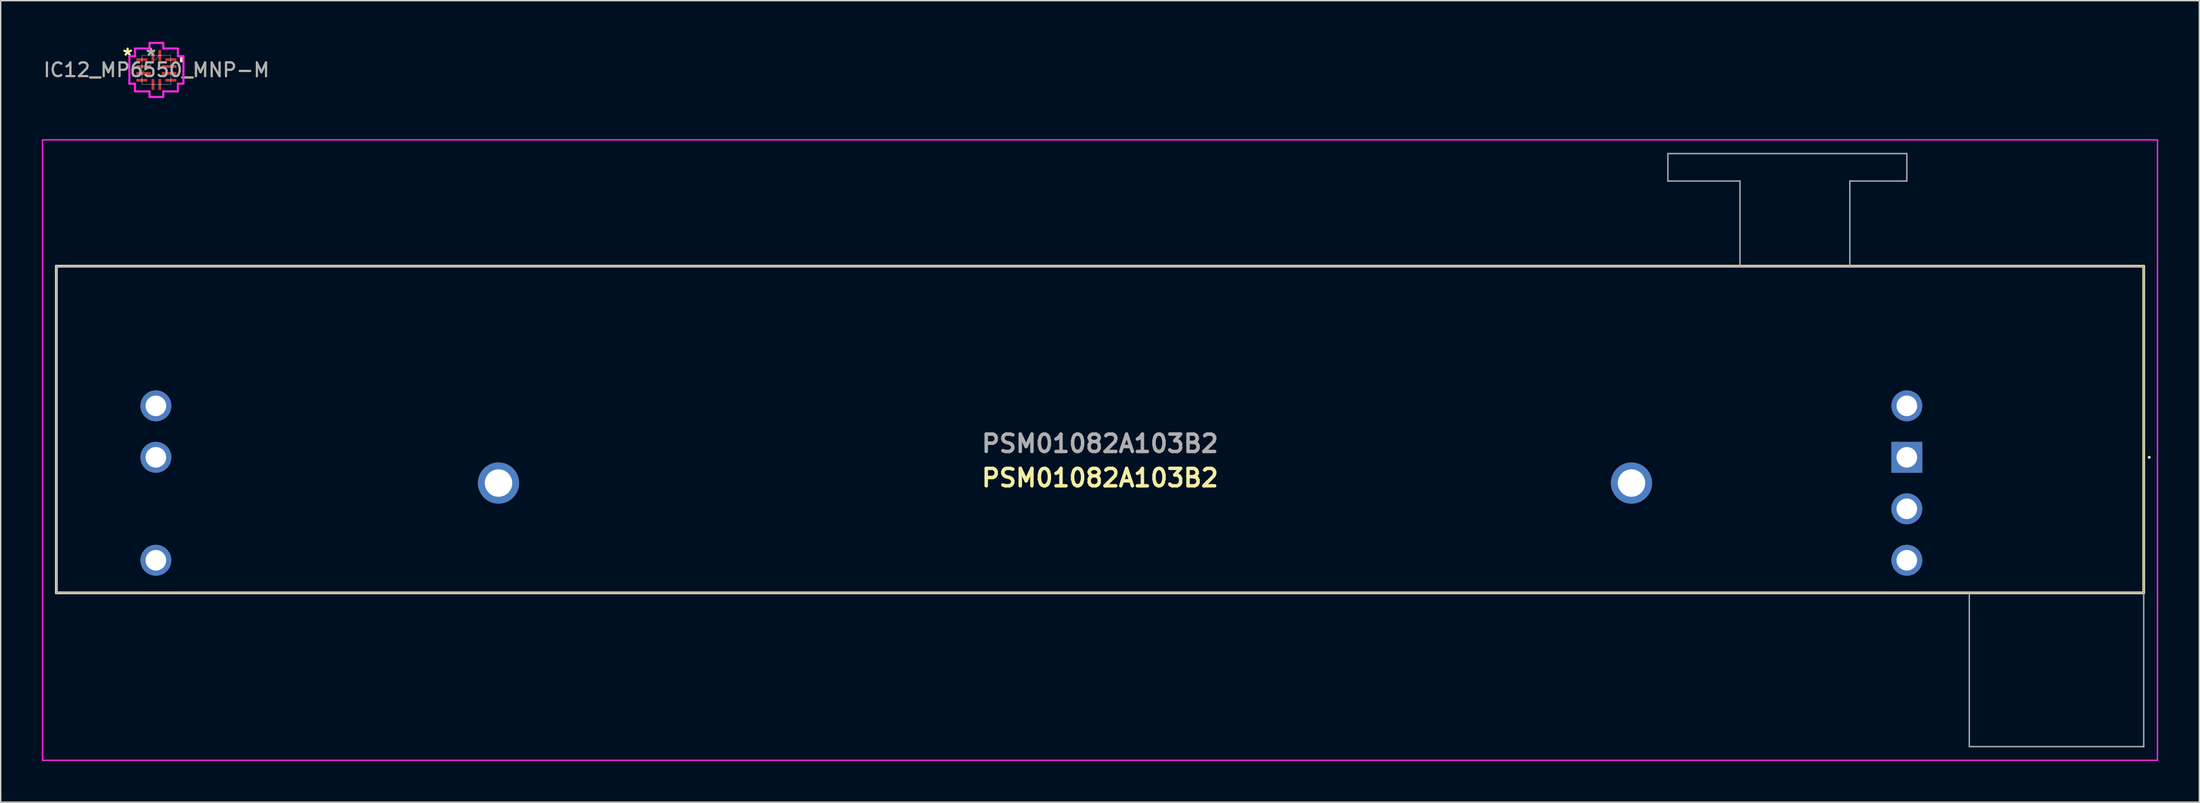
<source format=kicad_pcb>
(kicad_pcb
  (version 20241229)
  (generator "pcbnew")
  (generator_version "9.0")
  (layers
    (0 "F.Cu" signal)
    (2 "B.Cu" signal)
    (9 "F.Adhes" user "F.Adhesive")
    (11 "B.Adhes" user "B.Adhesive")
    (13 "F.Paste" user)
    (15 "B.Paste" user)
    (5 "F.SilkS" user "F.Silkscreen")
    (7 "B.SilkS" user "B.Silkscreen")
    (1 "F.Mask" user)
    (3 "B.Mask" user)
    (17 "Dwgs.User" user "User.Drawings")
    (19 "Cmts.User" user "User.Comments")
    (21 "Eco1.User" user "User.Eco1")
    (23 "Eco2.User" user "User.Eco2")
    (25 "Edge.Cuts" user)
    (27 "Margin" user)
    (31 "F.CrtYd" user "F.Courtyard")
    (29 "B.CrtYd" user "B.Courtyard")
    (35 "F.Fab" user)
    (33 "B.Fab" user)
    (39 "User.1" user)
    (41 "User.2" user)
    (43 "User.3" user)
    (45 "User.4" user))
  (footprint "PSM01082A103B2"
    (layer "F.Cu")
    (at 135.8 30.264)
    (property "Reference" "PSM01082A103B2" (at -58.75 1.5 0) (layer "F.SilkS") (effects (font (size 1.27 1.27) (thickness 0.254))))
    (attr through_hole)
    (fp_line (start -134.75 -13.925) (end 17.25 -13.925) (stroke (width 0.2) (type solid)) (layer "F.SilkS"))
    (fp_line (start -134.75 9.875) (end -134.75 -13.925) (stroke (width 0.2) (type solid)) (layer "F.SilkS"))
    (fp_line (start 17.25 -13.925) (end 17.25 9.875) (stroke (width 0.2) (type solid)) (layer "F.SilkS"))
    (fp_line (start 17.25 9.875) (end -134.75 9.875) (stroke (width 0.2) (type solid)) (layer "F.SilkS"))
    (fp_line (start 17.6 0) (end 17.6 0) (stroke (width 0.1) (type solid)) (layer "F.SilkS"))
    (fp_line (start 17.7 0) (end 17.7 0) (stroke (width 0.1) (type solid)) (layer "F.SilkS"))
    (fp_arc (start 17.6 0) (mid 17.65 -0.05) (end 17.7 0) (stroke (width 0.1) (type solid)) (layer "F.SilkS"))
    (fp_arc (start 17.7 0) (mid 17.65 0.05) (end 17.6 0) (stroke (width 0.1) (type solid)) (layer "F.SilkS"))
    (fp_line (start -135.75 -23.125) (end 18.25 -23.125) (stroke (width 0.1) (type solid)) (layer "F.CrtYd"))
    (fp_line (start -135.75 22.075) (end -135.75 -23.125) (stroke (width 0.1) (type solid)) (layer "F.CrtYd"))
    (fp_line (start 18.25 -23.125) (end 18.25 22.075) (stroke (width 0.1) (type solid)) (layer "F.CrtYd"))
    (fp_line (start 18.25 22.075) (end -135.75 22.075) (stroke (width 0.1) (type solid)) (layer "F.CrtYd"))
    (fp_line (start -134.75 -13.925) (end 17.25 -13.925) (stroke (width 0.1) (type solid)) (layer "F.Fab"))
    (fp_line (start -134.75 9.875) (end -134.75 -13.925) (stroke (width 0.1) (type solid)) (layer "F.Fab"))
    (fp_line (start -17.4 -22.125) (end 0 -22.125) (stroke (width 0.1) (type solid)) (layer "F.Fab"))
    (fp_line (start -17.4 -20.125) (end -17.4 -22.125) (stroke (width 0.1) (type solid)) (layer "F.Fab"))
    (fp_line (start -12.15 -20.125) (end -17.4 -20.125) (stroke (width 0.1) (type solid)) (layer "F.Fab"))
    (fp_line (start -12.15 -13.925) (end -12.15 -20.125) (stroke (width 0.1) (type solid)) (layer "F.Fab"))
    (fp_line (start -4.15 -20.125) (end -4.15 -13.925) (stroke (width 0.1) (type solid)) (layer "F.Fab"))
    (fp_line (start 0 -22.125) (end 0 -20.125) (stroke (width 0.1) (type solid)) (layer "F.Fab"))
    (fp_line (start 0 -20.125) (end -4.15 -20.125) (stroke (width 0.1) (type solid)) (layer "F.Fab"))
    (fp_line (start 4.55 21.075) (end 4.55 9.875) (stroke (width 0.1) (type solid)) (layer "F.Fab"))
    (fp_line (start 17.25 -13.925) (end 17.25 9.875) (stroke (width 0.1) (type solid)) (layer "F.Fab"))
    (fp_line (start 17.25 9.875) (end -134.75 9.875) (stroke (width 0.1) (type solid)) (layer "F.Fab"))
    (fp_line (start 17.25 9.875) (end 17.25 21.075) (stroke (width 0.1) (type solid)) (layer "F.Fab"))
    (fp_line (start 17.25 21.075) (end 4.55 21.075) (stroke (width 0.1) (type solid)) (layer "F.Fab"))
    (fp_line (start 17.25 21.075) (end 17.25 21.075) (stroke (width 0.1) (type solid)) (layer "F.Fab"))
    (fp_text user "${REFERENCE}" (at -58.75 -1 0) (layer "F.Fab") (effects (font (size 1.27 1.27) (thickness 0.254))))
    (pad "A1" thru_hole rect (at 0 0) (size 2.25 2.25) (drill 1.5) (layers "*.Cu" "*.Mask"))
    (pad "A2" thru_hole circle (at 0 -3.75) (size 2.25 2.25) (drill 1.5) (layers "*.Cu" "*.Mask"))
    (pad "A3" thru_hole circle (at -127.5 -3.75) (size 2.25 2.25) (drill 1.5) (layers "*.Cu" "*.Mask"))
    (pad "B1" thru_hole circle (at 0 3.75) (size 2.25 2.25) (drill 1.5) (layers "*.Cu" "*.Mask"))
    (pad "B2" thru_hole circle (at 0 7.5) (size 2.25 2.25) (drill 1.5) (layers "*.Cu" "*.Mask"))
    (pad "B3" thru_hole circle (at -127.5 7.5) (size 2.25 2.25) (drill 1.5) (layers "*.Cu" "*.Mask"))
    (pad "MH1" thru_hole circle (at -20.05 1.875) (size 3 3) (drill 2) (layers "*.Cu" "*.Mask"))
    (pad "MH2" thru_hole circle (at -102.55 1.875) (size 3 3) (drill 2) (layers "*.Cu" "*.Mask"))
    (pad "T1" thru_hole circle (at -127.5 0) (size 2.25 2.25) (drill 1.5) (layers "*.Cu" "*.Mask")))
  (footprint "IC12_MP6550_MNP-M"
    (layer "F.Cu")
    (at 8.339 2.045)
    (property "Reference" "IC12_MP6550_MNP-M" (at 0 0 0) (unlocked yes) (layer "F.SilkS") (effects (font (size 1 1) (thickness 0.15))))
    (attr smd)
    (fp_poly (pts (xy 1.968 -0.941) (xy 1.968 -0.56) (xy 1.714 -0.56) (xy 1.714 -0.941)) (stroke (width 0) (type solid)) (fill yes) (layer "F.SilkS"))
    (fp_line (start -1.968 -1) (end -1.562 -1) (stroke (width 0.152) (type solid)) (layer "F.CrtYd"))
    (fp_line (start -1.968 1) (end -1.968 -1) (stroke (width 0.152) (type solid)) (layer "F.CrtYd"))
    (fp_line (start -1.562 -1.562) (end -0.5 -1.562) (stroke (width 0.152) (type solid)) (layer "F.CrtYd"))
    (fp_line (start -1.562 -1) (end -1.562 -1.562) (stroke (width 0.152) (type solid)) (layer "F.CrtYd"))
    (fp_line (start -1.562 1) (end -1.968 1) (stroke (width 0.152) (type solid)) (layer "F.CrtYd"))
    (fp_line (start -1.562 1.562) (end -1.562 1) (stroke (width 0.152) (type solid)) (layer "F.CrtYd"))
    (fp_line (start -0.5 -1.968) (end 0.5 -1.968) (stroke (width 0.152) (type solid)) (layer "F.CrtYd"))
    (fp_line (start -0.5 -1.562) (end -0.5 -1.968) (stroke (width 0.152) (type solid)) (layer "F.CrtYd"))
    (fp_line (start -0.5 1.562) (end -1.562 1.562) (stroke (width 0.152) (type solid)) (layer "F.CrtYd"))
    (fp_line (start -0.5 1.968) (end -0.5 1.562) (stroke (width 0.152) (type solid)) (layer "F.CrtYd"))
    (fp_line (start 0.5 -1.968) (end 0.5 -1.562) (stroke (width 0.152) (type solid)) (layer "F.CrtYd"))
    (fp_line (start 0.5 -1.562) (end 1.562 -1.562) (stroke (width 0.152) (type solid)) (layer "F.CrtYd"))
    (fp_line (start 0.5 1.562) (end 0.5 1.968) (stroke (width 0.152) (type solid)) (layer "F.CrtYd"))
    (fp_line (start 0.5 1.968) (end -0.5 1.968) (stroke (width 0.152) (type solid)) (layer "F.CrtYd"))
    (fp_line (start 1.562 -1.562) (end 1.562 -1) (stroke (width 0.152) (type solid)) (layer "F.CrtYd"))
    (fp_line (start 1.562 -1) (end 1.968 -1) (stroke (width 0.152) (type solid)) (layer "F.CrtYd"))
    (fp_line (start 1.562 1) (end 1.562 1.562) (stroke (width 0.152) (type solid)) (layer "F.CrtYd"))
    (fp_line (start 1.562 1.562) (end 0.5 1.562) (stroke (width 0.152) (type solid)) (layer "F.CrtYd"))
    (fp_line (start 1.968 -1) (end 1.968 1) (stroke (width 0.152) (type solid)) (layer "F.CrtYd"))
    (fp_line (start 1.968 1) (end 1.562 1) (stroke (width 0.152) (type solid)) (layer "F.CrtYd"))
    (fp_line (start -1.054 -1.054) (end -1.054 -1.054) (stroke (width 0.025) (type solid)) (layer "F.Fab"))
    (fp_line (start -1.054 -1.054) (end -1.054 1.054) (stroke (width 0.025) (type solid)) (layer "F.Fab"))
    (fp_line (start -1.054 -0.877) (end -1.054 -0.877) (stroke (width 0.025) (type solid)) (layer "F.Fab"))
    (fp_line (start -1.054 -0.877) (end -1.054 -0.623) (stroke (width 0.025) (type solid)) (layer "F.Fab"))
    (fp_line (start -1.054 -0.623) (end -1.054 -0.877) (stroke (width 0.025) (type solid)) (layer "F.Fab"))
    (fp_line (start -1.054 -0.623) (end -1.054 -0.623) (stroke (width 0.025) (type solid)) (layer "F.Fab"))
    (fp_line (start -1.054 -0.377) (end -1.054 -0.377) (stroke (width 0.025) (type solid)) (layer "F.Fab"))
    (fp_line (start -1.054 -0.377) (end -1.054 -0.123) (stroke (width 0.025) (type solid)) (layer "F.Fab"))
    (fp_line (start -1.054 -0.123) (end -1.054 -0.377) (stroke (width 0.025) (type solid)) (layer "F.Fab"))
    (fp_line (start -1.054 -0.123) (end -1.054 -0.123) (stroke (width 0.025) (type solid)) (layer "F.Fab"))
    (fp_line (start -1.054 0.123) (end -1.054 0.123) (stroke (width 0.025) (type solid)) (layer "F.Fab"))
    (fp_line (start -1.054 0.123) (end -1.054 0.377) (stroke (width 0.025) (type solid)) (layer "F.Fab"))
    (fp_line (start -1.054 0.216) (end 0.216 -1.054) (stroke (width 0.025) (type solid)) (layer "F.Fab"))
    (fp_line (start -1.054 0.377) (end -1.054 0.123) (stroke (width 0.025) (type solid)) (layer "F.Fab"))
    (fp_line (start -1.054 0.377) (end -1.054 0.377) (stroke (width 0.025) (type solid)) (layer "F.Fab"))
    (fp_line (start -1.054 0.623) (end -1.054 0.623) (stroke (width 0.025) (type solid)) (layer "F.Fab"))
    (fp_line (start -1.054 0.623) (end -1.054 0.877) (stroke (width 0.025) (type solid)) (layer "F.Fab"))
    (fp_line (start -1.054 0.877) (end -1.054 0.623) (stroke (width 0.025) (type solid)) (layer "F.Fab"))
    (fp_line (start -1.054 0.877) (end -1.054 0.877) (stroke (width 0.025) (type solid)) (layer "F.Fab"))
    (fp_line (start -1.054 1.054) (end -1.054 1.054) (stroke (width 0.025) (type solid)) (layer "F.Fab"))
    (fp_line (start -1.054 1.054) (end 1.054 1.054) (stroke (width 0.025) (type solid)) (layer "F.Fab"))
    (fp_line (start -0.377 -1.054) (end -0.377 -1.054) (stroke (width 0.025) (type solid)) (layer "F.Fab"))
    (fp_line (start -0.377 -1.054) (end -0.123 -1.054) (stroke (width 0.025) (type solid)) (layer "F.Fab"))
    (fp_line (start -0.377 1.054) (end -0.377 1.054) (stroke (width 0.025) (type solid)) (layer "F.Fab"))
    (fp_line (start -0.377 1.054) (end -0.123 1.054) (stroke (width 0.025) (type solid)) (layer "F.Fab"))
    (fp_line (start -0.123 -1.054) (end -0.377 -1.054) (stroke (width 0.025) (type solid)) (layer "F.Fab"))
    (fp_line (start -0.123 -1.054) (end -0.123 -1.054) (stroke (width 0.025) (type solid)) (layer "F.Fab"))
    (fp_line (start -0.123 1.054) (end -0.377 1.054) (stroke (width 0.025) (type solid)) (layer "F.Fab"))
    (fp_line (start -0.123 1.054) (end -0.123 1.054) (stroke (width 0.025) (type solid)) (layer "F.Fab"))
    (fp_line (start 0.123 -1.054) (end 0.123 -1.054) (stroke (width 0.025) (type solid)) (layer "F.Fab"))
    (fp_line (start 0.123 -1.054) (end 0.377 -1.054) (stroke (width 0.025) (type solid)) (layer "F.Fab"))
    (fp_line (start 0.123 1.054) (end 0.123 1.054) (stroke (width 0.025) (type solid)) (layer "F.Fab"))
    (fp_line (start 0.123 1.054) (end 0.377 1.054) (stroke (width 0.025) (type solid)) (layer "F.Fab"))
    (fp_line (start 0.377 -1.054) (end 0.123 -1.054) (stroke (width 0.025) (type solid)) (layer "F.Fab"))
    (fp_line (start 0.377 -1.054) (end 0.377 -1.054) (stroke (width 0.025) (type solid)) (layer "F.Fab"))
    (fp_line (start 0.377 1.054) (end 0.123 1.054) (stroke (width 0.025) (type solid)) (layer "F.Fab"))
    (fp_line (start 0.377 1.054) (end 0.377 1.054) (stroke (width 0.025) (type solid)) (layer "F.Fab"))
    (fp_line (start 1.054 -1.054) (end -1.054 -1.054) (stroke (width 0.025) (type solid)) (layer "F.Fab"))
    (fp_line (start 1.054 -1.054) (end 1.054 -1.054) (stroke (width 0.025) (type solid)) (layer "F.Fab"))
    (fp_line (start 1.054 -0.877) (end 1.054 -0.877) (stroke (width 0.025) (type solid)) (layer "F.Fab"))
    (fp_line (start 1.054 -0.877) (end 1.054 -0.623) (stroke (width 0.025) (type solid)) (layer "F.Fab"))
    (fp_line (start 1.054 -0.623) (end 1.054 -0.877) (stroke (width 0.025) (type solid)) (layer "F.Fab"))
    (fp_line (start 1.054 -0.623) (end 1.054 -0.623) (stroke (width 0.025) (type solid)) (layer "F.Fab"))
    (fp_line (start 1.054 -0.377) (end 1.054 -0.377) (stroke (width 0.025) (type solid)) (layer "F.Fab"))
    (fp_line (start 1.054 -0.377) (end 1.054 -0.123) (stroke (width 0.025) (type solid)) (layer "F.Fab"))
    (fp_line (start 1.054 -0.123) (end 1.054 -0.377) (stroke (width 0.025) (type solid)) (layer "F.Fab"))
    (fp_line (start 1.054 -0.123) (end 1.054 -0.123) (stroke (width 0.025) (type solid)) (layer "F.Fab"))
    (fp_line (start 1.054 0.123) (end 1.054 0.123) (stroke (width 0.025) (type solid)) (layer "F.Fab"))
    (fp_line (start 1.054 0.123) (end 1.054 0.377) (stroke (width 0.025) (type solid)) (layer "F.Fab"))
    (fp_line (start 1.054 0.377) (end 1.054 0.123) (stroke (width 0.025) (type solid)) (layer "F.Fab"))
    (fp_line (start 1.054 0.377) (end 1.054 0.377) (stroke (width 0.025) (type solid)) (layer "F.Fab"))
    (fp_line (start 1.054 0.623) (end 1.054 0.623) (stroke (width 0.025) (type solid)) (layer "F.Fab"))
    (fp_line (start 1.054 0.623) (end 1.054 0.877) (stroke (width 0.025) (type solid)) (layer "F.Fab"))
    (fp_line (start 1.054 0.877) (end 1.054 0.623) (stroke (width 0.025) (type solid)) (layer "F.Fab"))
    (fp_line (start 1.054 0.877) (end 1.054 0.877) (stroke (width 0.025) (type solid)) (layer "F.Fab"))
    (fp_line (start 1.054 1.054) (end 1.054 -1.054) (stroke (width 0.025) (type solid)) (layer "F.Fab"))
    (fp_line (start 1.054 1.054) (end 1.054 1.054) (stroke (width 0.025) (type solid)) (layer "F.Fab"))
    (fp_text user "*" (at -2.095 -1 0) (unlocked yes) (layer "F.SilkS") (effects (font (size 1 1) (thickness 0.15))))
    (fp_text user "*" (at -2.095 -1 0) (layer "F.SilkS") (effects (font (size 1 1) (thickness 0.15))))
    (fp_text user "${REFERENCE}" (at 0 0 0) (unlocked yes) (layer "F.Fab") (effects (font (size 1 1) (thickness 0.15))))
    (fp_text user "*" (at -0.404 -1 0) (layer "F.Fab") (effects (font (size 1 1) (thickness 0.15))))
    (fp_text user "*" (at -0.404 -1 0) (unlocked yes) (layer "F.Fab") (effects (font (size 1 1) (thickness 0.15))))
    (pad "1" smd rect (at -1.057 -0.75 90) (size 0.203 0.806) (layers "F.Cu" "F.Mask" "F.Paste"))
    (pad "2" smd rect (at -0.932 -0.25 90) (size 0.203 1.056) (layers "F.Cu" "F.Mask" "F.Paste"))
    (pad "3" smd rect (at -0.932 0.25 90) (size 0.203 1.056) (layers "F.Cu" "F.Mask" "F.Paste"))
    (pad "4" smd rect (at -1.057 0.75 90) (size 0.203 0.806) (layers "F.Cu" "F.Mask" "F.Paste"))
    (pad "5" smd rect (at -0.25 1.057) (size 0.203 0.806) (layers "F.Cu" "F.Mask" "F.Paste"))
    (pad "6" smd rect (at 0.25 1.057) (size 0.203 0.806) (layers "F.Cu" "F.Mask" "F.Paste"))
    (pad "7" smd rect (at 1.057 0.75 90) (size 0.203 0.806) (layers "F.Cu" "F.Mask" "F.Paste"))
    (pad "8" smd rect (at 0.932 0.25 90) (size 0.203 1.056) (layers "F.Cu" "F.Mask" "F.Paste"))
    (pad "9" smd rect (at 0.932 -0.25 90) (size 0.203 1.056) (layers "F.Cu" "F.Mask" "F.Paste"))
    (pad "10" smd rect (at 1.057 -0.75 90) (size 0.203 0.806) (layers "F.Cu" "F.Mask" "F.Paste"))
    (pad "11" smd rect (at 0.25 -1.057) (size 0.203 0.806) (layers "F.Cu" "F.Mask" "F.Paste"))
    (pad "12" smd rect (at -0.25 -1.057) (size 0.203 0.806) (layers "F.Cu" "F.Mask" "F.Paste")))
  (gr_rect
    (start -3 -3)
    (end 157.1 55.389)
    (stroke (width 0.1) (type default))
    (fill no)
    (layer "Edge.Cuts")))
</source>
